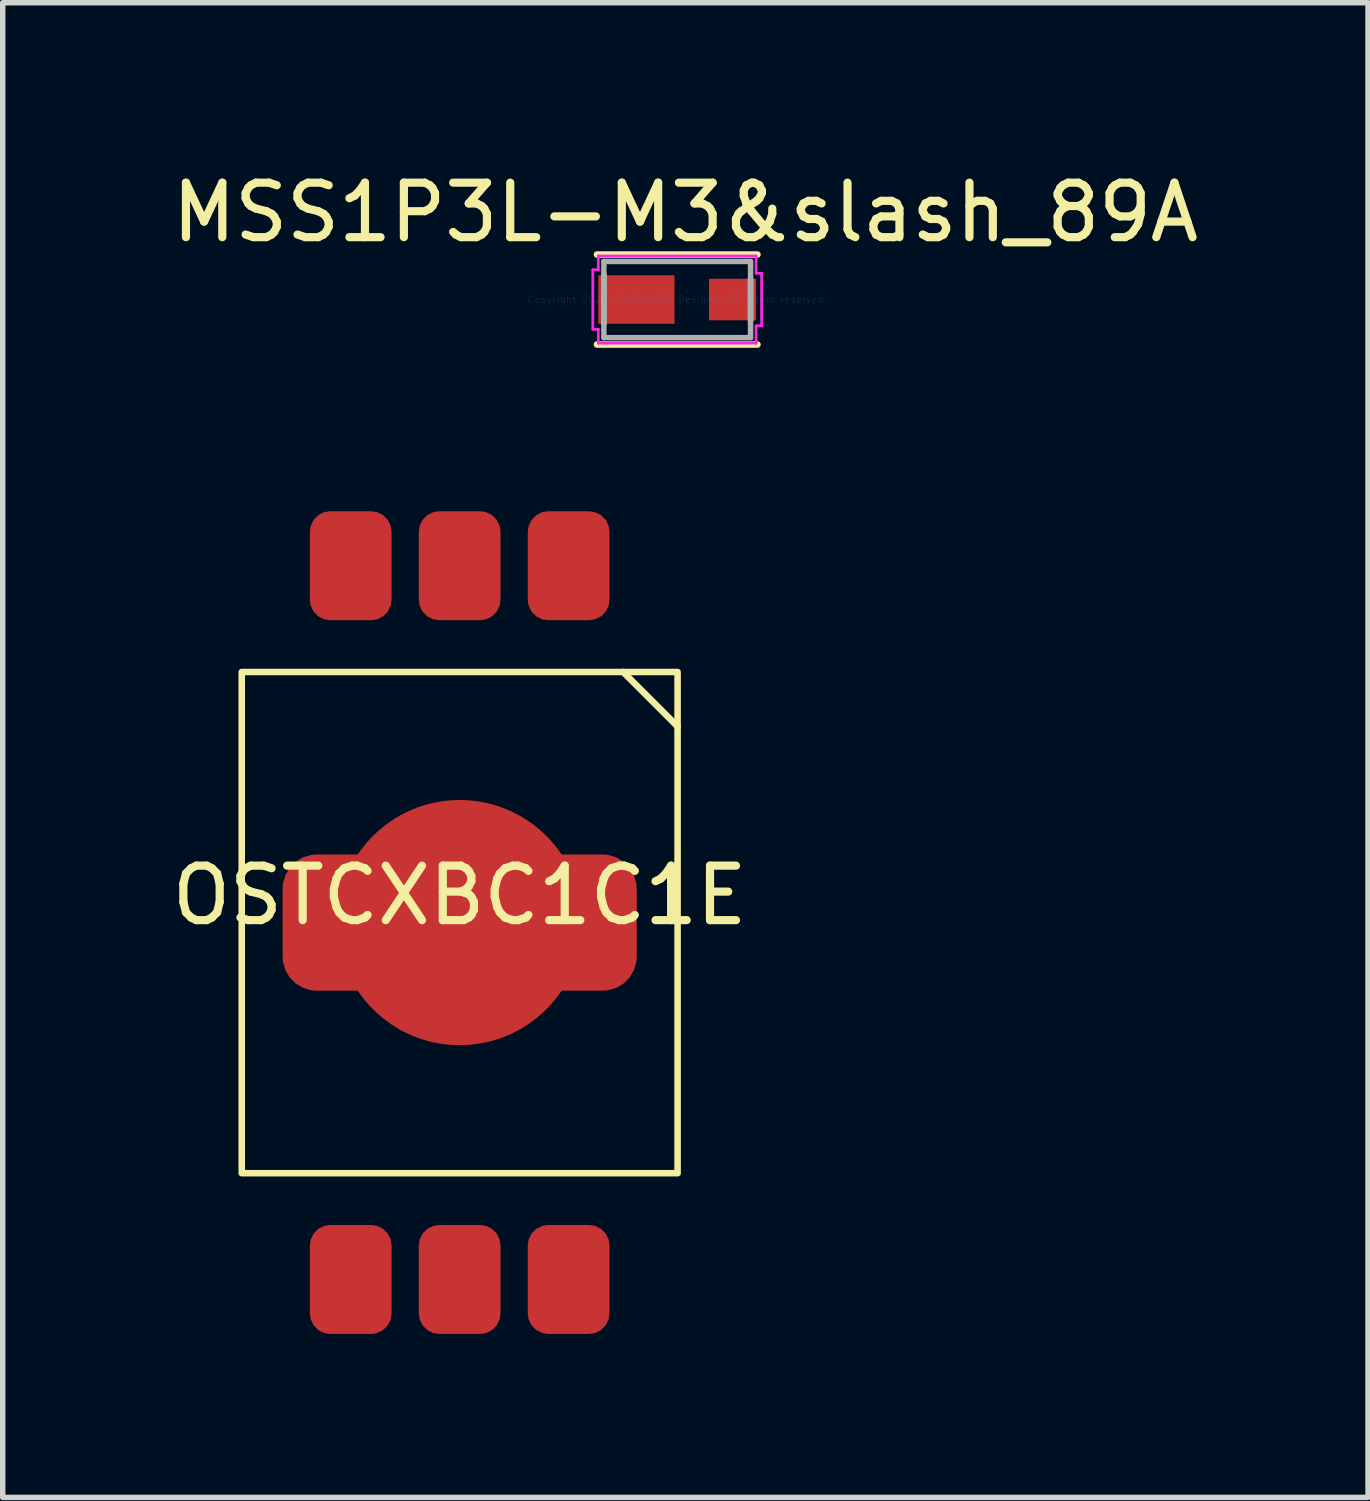
<source format=kicad_pcb>
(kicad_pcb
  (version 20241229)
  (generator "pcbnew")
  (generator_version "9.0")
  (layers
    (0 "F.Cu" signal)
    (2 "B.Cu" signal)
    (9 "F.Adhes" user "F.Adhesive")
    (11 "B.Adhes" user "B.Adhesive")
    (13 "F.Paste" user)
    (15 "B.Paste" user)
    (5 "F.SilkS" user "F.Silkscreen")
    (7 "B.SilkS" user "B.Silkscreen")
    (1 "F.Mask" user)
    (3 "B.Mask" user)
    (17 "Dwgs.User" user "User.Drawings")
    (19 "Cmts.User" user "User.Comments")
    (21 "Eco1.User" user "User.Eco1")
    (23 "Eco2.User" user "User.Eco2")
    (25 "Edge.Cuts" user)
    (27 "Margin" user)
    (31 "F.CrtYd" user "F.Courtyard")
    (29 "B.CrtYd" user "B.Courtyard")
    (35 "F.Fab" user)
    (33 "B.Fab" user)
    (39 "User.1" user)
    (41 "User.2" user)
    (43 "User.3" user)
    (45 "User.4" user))
  (footprint "MSS1P3L-M3&slash_89A"
    (layer "F.Cu")
    (at 9.38 2.448)
    (property "Reference" "MSS1P3L-M3&slash_89A" (at 0.15 -1.6 0) (layer "F.SilkS") (effects (font (size 1 1) (thickness 0.15))))
    (attr through_hole)
    (fp_line (start -1.473 0.826) (end 1.473 0.826) (stroke (width 0.12) (type solid)) (layer "F.SilkS"))
    (fp_line (start 1.473 -0.826) (end -1.473 -0.826) (stroke (width 0.12) (type solid)) (layer "F.SilkS"))
    (fp_line (start -1.549 -0.546) (end -1.448 -0.546) (stroke (width 0.05) (type solid)) (layer "F.CrtYd"))
    (fp_line (start -1.549 0.546) (end -1.549 -0.546) (stroke (width 0.05) (type solid)) (layer "F.CrtYd"))
    (fp_line (start -1.448 -0.8) (end 1.448 -0.8) (stroke (width 0.05) (type solid)) (layer "F.CrtYd"))
    (fp_line (start -1.448 -0.546) (end -1.448 -0.8) (stroke (width 0.05) (type solid)) (layer "F.CrtYd"))
    (fp_line (start -1.448 0.546) (end -1.549 0.546) (stroke (width 0.05) (type solid)) (layer "F.CrtYd"))
    (fp_line (start -1.448 0.8) (end -1.448 0.546) (stroke (width 0.05) (type solid)) (layer "F.CrtYd"))
    (fp_line (start 1.448 -0.8) (end 1.448 -0.483) (stroke (width 0.05) (type solid)) (layer "F.CrtYd"))
    (fp_line (start 1.448 -0.483) (end 1.549 -0.483) (stroke (width 0.05) (type solid)) (layer "F.CrtYd"))
    (fp_line (start 1.448 0.483) (end 1.448 0.8) (stroke (width 0.05) (type solid)) (layer "F.CrtYd"))
    (fp_line (start 1.448 0.8) (end -1.448 0.8) (stroke (width 0.05) (type solid)) (layer "F.CrtYd"))
    (fp_line (start 1.549 -0.483) (end 1.549 0.483) (stroke (width 0.05) (type solid)) (layer "F.CrtYd"))
    (fp_line (start 1.549 0.483) (end 1.448 0.483) (stroke (width 0.05) (type solid)) (layer "F.CrtYd"))
    (fp_line (start -1.346 -0.699) (end -1.346 0.699) (stroke (width 0.1) (type solid)) (layer "F.Fab"))
    (fp_line (start -1.346 -0.445) (end -1.346 -0.445) (stroke (width 0.1) (type solid)) (layer "F.Fab"))
    (fp_line (start -1.346 -0.445) (end -1.346 0.445) (stroke (width 0.1) (type solid)) (layer "F.Fab"))
    (fp_line (start -1.346 0.445) (end -1.346 -0.445) (stroke (width 0.1) (type solid)) (layer "F.Fab"))
    (fp_line (start -1.346 0.445) (end -1.346 0.445) (stroke (width 0.1) (type solid)) (layer "F.Fab"))
    (fp_line (start -1.346 0.699) (end 1.346 0.699) (stroke (width 0.1) (type solid)) (layer "F.Fab"))
    (fp_line (start 1.346 -0.699) (end -1.346 -0.699) (stroke (width 0.1) (type solid)) (layer "F.Fab"))
    (fp_line (start 1.346 -0.381) (end 1.346 -0.381) (stroke (width 0.1) (type solid)) (layer "F.Fab"))
    (fp_line (start 1.346 -0.381) (end 1.346 0.381) (stroke (width 0.1) (type solid)) (layer "F.Fab"))
    (fp_line (start 1.346 0.381) (end 1.346 -0.381) (stroke (width 0.1) (type solid)) (layer "F.Fab"))
    (fp_line (start 1.346 0.381) (end 1.346 0.381) (stroke (width 0.1) (type solid)) (layer "F.Fab"))
    (fp_line (start 1.346 0.699) (end 1.346 -0.699) (stroke (width 0.1) (type solid)) (layer "F.Fab"))
    (fp_text user "Copyright 2021 Accelerated Designs. All rights reserved." (at 0 0 0) (layer "Cmts.User") (effects (font (size 0.127 0.127) (thickness 0.002))))
    (pad "1" smd rect (at -0.749 0) (size 1.397 0.889) (layers "F.Cu" "F.Mask" "F.Paste"))
    (pad "2" smd rect (at 1.016 0) (size 0.864 0.762) (layers "F.Cu" "F.Mask" "F.Paste")))
  (footprint "OSTCXBC1C1E"
    (layer "F.Cu")
    (at 5.387 13.884)
    (property "Reference" "OSTCXBC1C1E" (at 0 -0.5 0) (unlocked yes) (layer "F.SilkS") (effects (font (size 1 1) (thickness 0.15))))
    (attr smd)
    (fp_line (start 3 -4.6) (end 4 -3.6) (stroke (width 0.12) (type default)) (layer "F.SilkS"))
    (fp_rect (start -4 -4.6) (end 4 4.6) (stroke (width 0.12) (type default)) (fill no) (layer "F.SilkS"))
    (fp_poly (pts (xy -3 -0.25) (xy -2.5 -0.25) (xy -2.5 0.25) (xy -3 0.25)) (stroke (width 0.12) (type solid)) (fill yes) (layer "F.Paste"))
    (fp_poly (pts (xy -1.75 -0.25) (xy -1.25 -0.25) (xy -1.25 0.25) (xy -1.75 0.25)) (stroke (width 0.12) (type solid)) (fill yes) (layer "F.Paste"))
    (fp_poly (pts (xy -1 -1.5) (xy -0.5 -1.5) (xy -0.5 -1) (xy -1 -1)) (stroke (width 0.12) (type solid)) (fill yes) (layer "F.Paste"))
    (fp_poly (pts (xy -1 1) (xy -0.5 1) (xy -0.5 1.5) (xy -1 1.5)) (stroke (width 0.12) (type solid)) (fill yes) (layer "F.Paste"))
    (fp_poly (pts (xy -0.25 -0.25) (xy 0.25 -0.25) (xy 0.25 0.25) (xy -0.25 0.25)) (stroke (width 0.12) (type solid)) (fill yes) (layer "F.Paste"))
    (fp_poly (pts (xy 0.5 -1.5) (xy 1 -1.5) (xy 1 -1) (xy 0.5 -1)) (stroke (width 0.12) (type solid)) (fill yes) (layer "F.Paste"))
    (fp_poly (pts (xy 0.5 1) (xy 1 1) (xy 1 1.5) (xy 0.5 1.5)) (stroke (width 0.12) (type solid)) (fill yes) (layer "F.Paste"))
    (fp_poly (pts (xy 1.25 -0.25) (xy 1.75 -0.25) (xy 1.75 0.25) (xy 1.25 0.25)) (stroke (width 0.12) (type solid)) (fill yes) (layer "F.Paste"))
    (fp_poly (pts (xy 2.5 -0.25) (xy 3 -0.25) (xy 3 0.25) (xy 2.5 0.25)) (stroke (width 0.12) (type solid)) (fill yes) (layer "F.Paste"))
    (pad "1" smd roundrect (at 2 -6.55 90) (size 2 1.5) (layers "F.Cu" "F.Mask" "F.Paste") (roundrect_rratio 0.25))
    (pad "2" smd roundrect (at 0 -6.55 90) (size 2 1.5) (layers "F.Cu" "F.Mask" "F.Paste") (roundrect_rratio 0.25))
    (pad "3" smd roundrect (at -2 -6.55 90) (size 2 1.5) (layers "F.Cu" "F.Mask" "F.Paste") (roundrect_rratio 0.25))
    (pad "4" smd roundrect (at -2 6.55 270) (size 2 1.5) (layers "F.Cu" "F.Mask" "F.Paste") (roundrect_rratio 0.25))
    (pad "5" smd circle (at 0 0) (size 4.5 4.5) (layers "F.Cu" "F.Mask"))
    (pad "5" smd roundrect (at 0 0) (size 6.5 2.5) (layers "F.Cu" "F.Mask") (roundrect_rratio 0.25))
    (pad "5" smd roundrect (at 0 6.55 270) (size 2 1.5) (layers "F.Cu" "F.Mask" "F.Paste") (roundrect_rratio 0.25))
    (pad "6" smd roundrect (at 2 6.55 270) (size 2 1.5) (layers "F.Cu" "F.Mask" "F.Paste") (roundrect_rratio 0.25)))
  (gr_rect
    (start -3 -3)
    (end 22.06 24.434)
    (stroke (width 0.1) (type default))
    (fill no)
    (layer "Edge.Cuts")))
</source>
